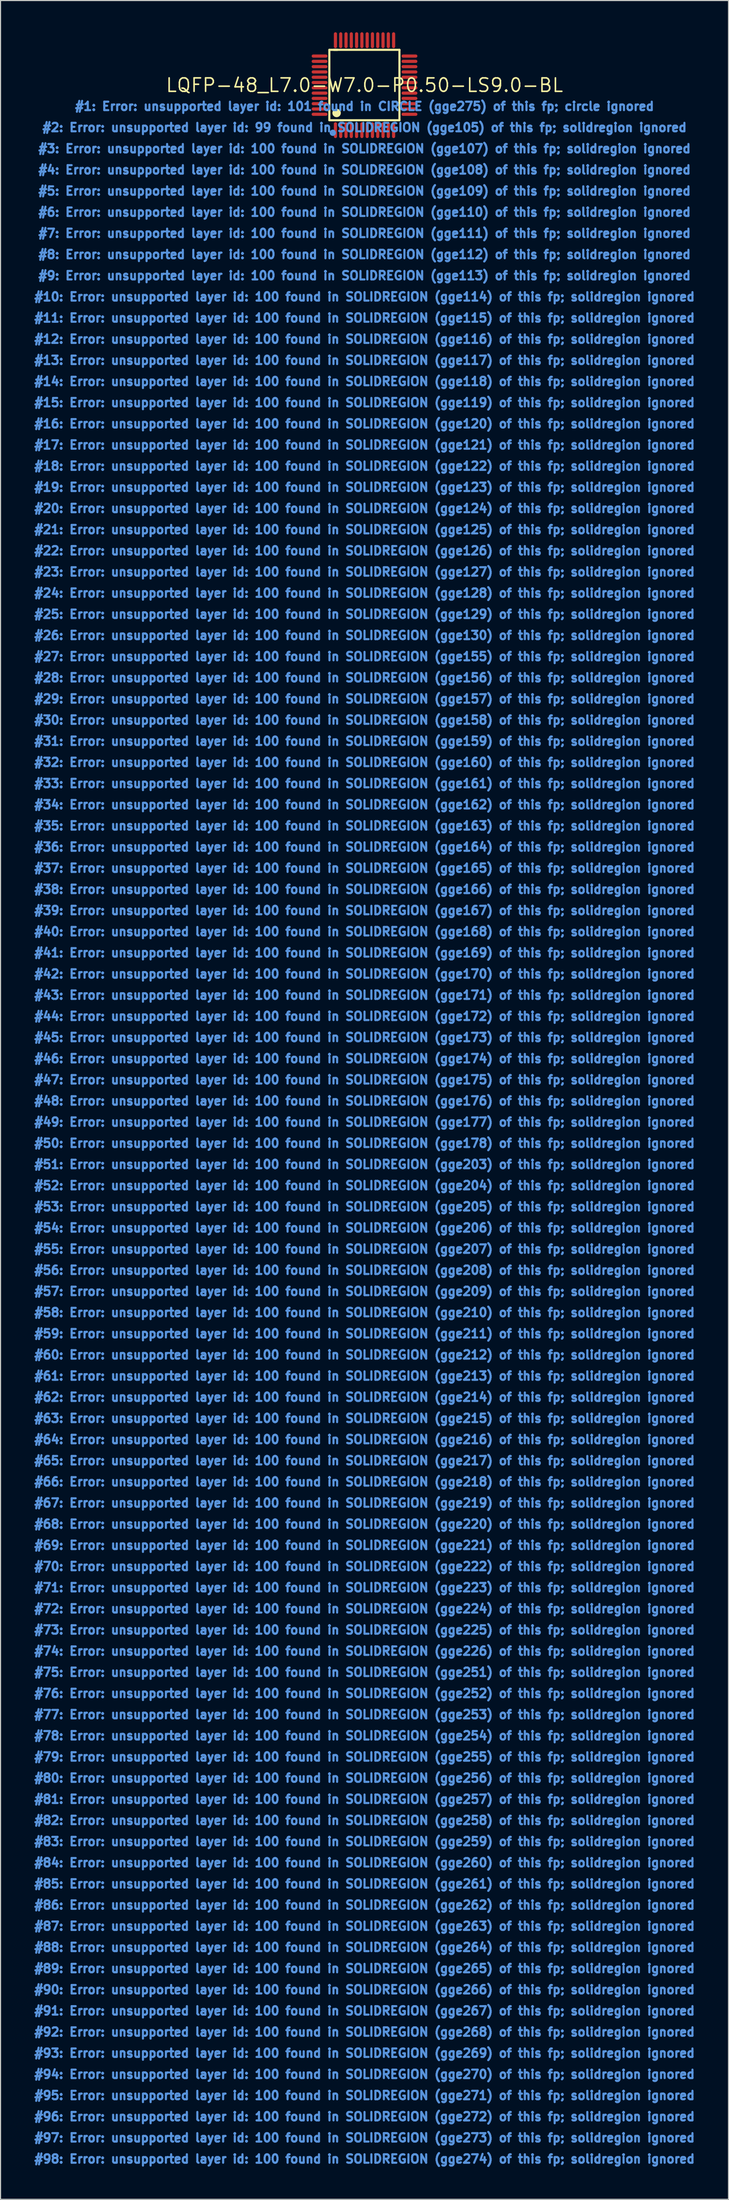
<source format=kicad_pcb>
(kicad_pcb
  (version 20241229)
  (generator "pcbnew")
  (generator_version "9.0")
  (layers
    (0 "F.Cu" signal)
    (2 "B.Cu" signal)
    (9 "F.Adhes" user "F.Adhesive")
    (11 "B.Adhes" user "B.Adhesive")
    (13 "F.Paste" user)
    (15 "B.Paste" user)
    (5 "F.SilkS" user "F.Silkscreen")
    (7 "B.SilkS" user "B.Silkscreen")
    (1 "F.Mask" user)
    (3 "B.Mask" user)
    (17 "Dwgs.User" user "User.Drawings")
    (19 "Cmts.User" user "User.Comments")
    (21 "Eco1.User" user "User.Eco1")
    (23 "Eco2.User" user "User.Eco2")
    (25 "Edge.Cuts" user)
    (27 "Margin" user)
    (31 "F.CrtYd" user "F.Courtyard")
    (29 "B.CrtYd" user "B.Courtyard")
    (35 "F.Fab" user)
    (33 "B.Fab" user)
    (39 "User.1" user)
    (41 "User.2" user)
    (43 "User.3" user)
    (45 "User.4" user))
  (footprint "LQFP-48_L7.0-W7.0-P0.50-LS9.0-BL"
    (layer "F.Cu")
    (at 31.42 5)
    (property "Reference" "LQFP-48_L7.0-W7.0-P0.50-LS9.0-BL" (at 0 0 0) (layer "F.SilkS") (effects (font (size 1.27 1.27) (thickness 0.15))))
    (attr smd)
    (fp_line (start -3.327 -3.34) (end -2.565 -3.34) (stroke (width 0.2) (type solid)) (layer "F.SilkS"))
    (fp_line (start -3.327 3.315) (end -3.327 -3.34) (stroke (width 0.2) (type solid)) (layer "F.SilkS"))
    (fp_line (start -2.896 -3.34) (end 3.302 -3.34) (stroke (width 0.2) (type solid)) (layer "F.SilkS"))
    (fp_line (start 3.302 -3.34) (end 3.302 3.315) (stroke (width 0.2) (type solid)) (layer "F.SilkS"))
    (fp_line (start 3.302 3.315) (end -3.327 3.315) (stroke (width 0.2) (type solid)) (layer "F.SilkS"))
    (fp_arc (start -2.639 2.426) (mid -2.639729 2.826002) (end -2.641541 2.426003) (stroke (width 0.4) (type solid)) (layer "F.SilkS"))
    (fp_circle (center -3 4.5) (end -2.85 4.5) (stroke (width 0.3) (type solid)) (fill no) (layer "Cmts.User"))
    (fp_text user "#54: Error: unsupported layer id: 100 found in SOLIDREGION (gge206) of this fp; solidregion ignored" (at 0 108 0) (layer "Cmts.User") (effects (font (size 0.8 0.8) (thickness 0.2))))
    (fp_text user "#96: Error: unsupported layer id: 100 found in SOLIDREGION (gge272) of this fp; solidregion ignored" (at 0 192 0) (layer "Cmts.User") (effects (font (size 0.8 0.8) (thickness 0.2))))
    (fp_text user "#50: Error: unsupported layer id: 100 found in SOLIDREGION (gge178) of this fp; solidregion ignored" (at 0 100 0) (layer "Cmts.User") (effects (font (size 0.8 0.8) (thickness 0.2))))
    (fp_text user "#34: Error: unsupported layer id: 100 found in SOLIDREGION (gge162) of this fp; solidregion ignored" (at 0 68 0) (layer "Cmts.User") (effects (font (size 0.8 0.8) (thickness 0.2))))
    (fp_text user "#83: Error: unsupported layer id: 100 found in SOLIDREGION (gge259) of this fp; solidregion ignored" (at 0 166 0) (layer "Cmts.User") (effects (font (size 0.8 0.8) (thickness 0.2))))
    (fp_text user "#33: Error: unsupported layer id: 100 found in SOLIDREGION (gge161) of this fp; solidregion ignored" (at 0 66 0) (layer "Cmts.User") (effects (font (size 0.8 0.8) (thickness 0.2))))
    (fp_text user "#32: Error: unsupported layer id: 100 found in SOLIDREGION (gge160) of this fp; solidregion ignored" (at 0 64 0) (layer "Cmts.User") (effects (font (size 0.8 0.8) (thickness 0.2))))
    (fp_text user "#10: Error: unsupported layer id: 100 found in SOLIDREGION (gge114) of this fp; solidregion ignored" (at 0 20 0) (layer "Cmts.User") (effects (font (size 0.8 0.8) (thickness 0.2))))
    (fp_text user "#37: Error: unsupported layer id: 100 found in SOLIDREGION (gge165) of this fp; solidregion ignored" (at 0 74 0) (layer "Cmts.User") (effects (font (size 0.8 0.8) (thickness 0.2))))
    (fp_text user "#8: Error: unsupported layer id: 100 found in SOLIDREGION (gge112) of this fp; solidregion ignored" (at 0 16 0) (layer "Cmts.User") (effects (font (size 0.8 0.8) (thickness 0.2))))
    (fp_text user "#7: Error: unsupported layer id: 100 found in SOLIDREGION (gge111) of this fp; solidregion ignored" (at 0 14 0) (layer "Cmts.User") (effects (font (size 0.8 0.8) (thickness 0.2))))
    (fp_text user "#66: Error: unsupported layer id: 100 found in SOLIDREGION (gge218) of this fp; solidregion ignored" (at 0 132 0) (layer "Cmts.User") (effects (font (size 0.8 0.8) (thickness 0.2))))
    (fp_text user "#84: Error: unsupported layer id: 100 found in SOLIDREGION (gge260) of this fp; solidregion ignored" (at 0 168 0) (layer "Cmts.User") (effects (font (size 0.8 0.8) (thickness 0.2))))
    (fp_text user "#59: Error: unsupported layer id: 100 found in SOLIDREGION (gge211) of this fp; solidregion ignored" (at 0 118 0) (layer "Cmts.User") (effects (font (size 0.8 0.8) (thickness 0.2))))
    (fp_text user "#18: Error: unsupported layer id: 100 found in SOLIDREGION (gge122) of this fp; solidregion ignored" (at 0 36 0) (layer "Cmts.User") (effects (font (size 0.8 0.8) (thickness 0.2))))
    (fp_text user "#23: Error: unsupported layer id: 100 found in SOLIDREGION (gge127) of this fp; solidregion ignored" (at 0 46 0) (layer "Cmts.User") (effects (font (size 0.8 0.8) (thickness 0.2))))
    (fp_text user "#44: Error: unsupported layer id: 100 found in SOLIDREGION (gge172) of this fp; solidregion ignored" (at 0 88 0) (layer "Cmts.User") (effects (font (size 0.8 0.8) (thickness 0.2))))
    (fp_text user "#46: Error: unsupported layer id: 100 found in SOLIDREGION (gge174) of this fp; solidregion ignored" (at 0 92 0) (layer "Cmts.User") (effects (font (size 0.8 0.8) (thickness 0.2))))
    (fp_text user "#67: Error: unsupported layer id: 100 found in SOLIDREGION (gge219) of this fp; solidregion ignored" (at 0 134 0) (layer "Cmts.User") (effects (font (size 0.8 0.8) (thickness 0.2))))
    (fp_text user "#24: Error: unsupported layer id: 100 found in SOLIDREGION (gge128) of this fp; solidregion ignored" (at 0 48 0) (layer "Cmts.User") (effects (font (size 0.8 0.8) (thickness 0.2))))
    (fp_text user "#51: Error: unsupported layer id: 100 found in SOLIDREGION (gge203) of this fp; solidregion ignored" (at 0 102 0) (layer "Cmts.User") (effects (font (size 0.8 0.8) (thickness 0.2))))
    (fp_text user "#17: Error: unsupported layer id: 100 found in SOLIDREGION (gge121) of this fp; solidregion ignored" (at 0 34 0) (layer "Cmts.User") (effects (font (size 0.8 0.8) (thickness 0.2))))
    (fp_text user "#62: Error: unsupported layer id: 100 found in SOLIDREGION (gge214) of this fp; solidregion ignored" (at 0 124 0) (layer "Cmts.User") (effects (font (size 0.8 0.8) (thickness 0.2))))
    (fp_text user "#82: Error: unsupported layer id: 100 found in SOLIDREGION (gge258) of this fp; solidregion ignored" (at 0 164 0) (layer "Cmts.User") (effects (font (size 0.8 0.8) (thickness 0.2))))
    (fp_text user "#26: Error: unsupported layer id: 100 found in SOLIDREGION (gge130) of this fp; solidregion ignored" (at 0 52 0) (layer "Cmts.User") (effects (font (size 0.8 0.8) (thickness 0.2))))
    (fp_text user "#48: Error: unsupported layer id: 100 found in SOLIDREGION (gge176) of this fp; solidregion ignored" (at 0 96 0) (layer "Cmts.User") (effects (font (size 0.8 0.8) (thickness 0.2))))
    (fp_text user "#76: Error: unsupported layer id: 100 found in SOLIDREGION (gge252) of this fp; solidregion ignored" (at 0 152 0) (layer "Cmts.User") (effects (font (size 0.8 0.8) (thickness 0.2))))
    (fp_text user "#21: Error: unsupported layer id: 100 found in SOLIDREGION (gge125) of this fp; solidregion ignored" (at 0 42 0) (layer "Cmts.User") (effects (font (size 0.8 0.8) (thickness 0.2))))
    (fp_text user "#27: Error: unsupported layer id: 100 found in SOLIDREGION (gge155) of this fp; solidregion ignored" (at 0 54 0) (layer "Cmts.User") (effects (font (size 0.8 0.8) (thickness 0.2))))
    (fp_text user "#65: Error: unsupported layer id: 100 found in SOLIDREGION (gge217) of this fp; solidregion ignored" (at 0 130 0) (layer "Cmts.User") (effects (font (size 0.8 0.8) (thickness 0.2))))
    (fp_text user "#42: Error: unsupported layer id: 100 found in SOLIDREGION (gge170) of this fp; solidregion ignored" (at 0 84 0) (layer "Cmts.User") (effects (font (size 0.8 0.8) (thickness 0.2))))
    (fp_text user "#80: Error: unsupported layer id: 100 found in SOLIDREGION (gge256) of this fp; solidregion ignored" (at 0 160 0) (layer "Cmts.User") (effects (font (size 0.8 0.8) (thickness 0.2))))
    (fp_text user "#1: Error: unsupported layer id: 101 found in CIRCLE (gge275) of this fp; circle ignored" (at 0 2 0) (layer "Cmts.User") (effects (font (size 0.8 0.8) (thickness 0.2))))
    (fp_text user "#19: Error: unsupported layer id: 100 found in SOLIDREGION (gge123) of this fp; solidregion ignored" (at 0 38 0) (layer "Cmts.User") (effects (font (size 0.8 0.8) (thickness 0.2))))
    (fp_text user "#60: Error: unsupported layer id: 100 found in SOLIDREGION (gge212) of this fp; solidregion ignored" (at 0 120 0) (layer "Cmts.User") (effects (font (size 0.8 0.8) (thickness 0.2))))
    (fp_text user "#64: Error: unsupported layer id: 100 found in SOLIDREGION (gge216) of this fp; solidregion ignored" (at 0 128 0) (layer "Cmts.User") (effects (font (size 0.8 0.8) (thickness 0.2))))
    (fp_text user "#9: Error: unsupported layer id: 100 found in SOLIDREGION (gge113) of this fp; solidregion ignored" (at 0 18 0) (layer "Cmts.User") (effects (font (size 0.8 0.8) (thickness 0.2))))
    (fp_text user "#28: Error: unsupported layer id: 100 found in SOLIDREGION (gge156) of this fp; solidregion ignored" (at 0 56 0) (layer "Cmts.User") (effects (font (size 0.8 0.8) (thickness 0.2))))
    (fp_text user "#16: Error: unsupported layer id: 100 found in SOLIDREGION (gge120) of this fp; solidregion ignored" (at 0 32 0) (layer "Cmts.User") (effects (font (size 0.8 0.8) (thickness 0.2))))
    (fp_text user "#55: Error: unsupported layer id: 100 found in SOLIDREGION (gge207) of this fp; solidregion ignored" (at 0 110 0) (layer "Cmts.User") (effects (font (size 0.8 0.8) (thickness 0.2))))
    (fp_text user "#15: Error: unsupported layer id: 100 found in SOLIDREGION (gge119) of this fp; solidregion ignored" (at 0 30 0) (layer "Cmts.User") (effects (font (size 0.8 0.8) (thickness 0.2))))
    (fp_text user "#45: Error: unsupported layer id: 100 found in SOLIDREGION (gge173) of this fp; solidregion ignored" (at 0 90 0) (layer "Cmts.User") (effects (font (size 0.8 0.8) (thickness 0.2))))
    (fp_text user "#89: Error: unsupported layer id: 100 found in SOLIDREGION (gge265) of this fp; solidregion ignored" (at 0 178 0) (layer "Cmts.User") (effects (font (size 0.8 0.8) (thickness 0.2))))
    (fp_text user "#49: Error: unsupported layer id: 100 found in SOLIDREGION (gge177) of this fp; solidregion ignored" (at 0 98 0) (layer "Cmts.User") (effects (font (size 0.8 0.8) (thickness 0.2))))
    (fp_text user "#14: Error: unsupported layer id: 100 found in SOLIDREGION (gge118) of this fp; solidregion ignored" (at 0 28 0) (layer "Cmts.User") (effects (font (size 0.8 0.8) (thickness 0.2))))
    (fp_text user "#92: Error: unsupported layer id: 100 found in SOLIDREGION (gge268) of this fp; solidregion ignored" (at 0 184 0) (layer "Cmts.User") (effects (font (size 0.8 0.8) (thickness 0.2))))
    (fp_text user "#78: Error: unsupported layer id: 100 found in SOLIDREGION (gge254) of this fp; solidregion ignored" (at 0 156 0) (layer "Cmts.User") (effects (font (size 0.8 0.8) (thickness 0.2))))
    (fp_text user "#12: Error: unsupported layer id: 100 found in SOLIDREGION (gge116) of this fp; solidregion ignored" (at 0 24 0) (layer "Cmts.User") (effects (font (size 0.8 0.8) (thickness 0.2))))
    (fp_text user "#22: Error: unsupported layer id: 100 found in SOLIDREGION (gge126) of this fp; solidregion ignored" (at 0 44 0) (layer "Cmts.User") (effects (font (size 0.8 0.8) (thickness 0.2))))
    (fp_text user "#52: Error: unsupported layer id: 100 found in SOLIDREGION (gge204) of this fp; solidregion ignored" (at 0 104 0) (layer "Cmts.User") (effects (font (size 0.8 0.8) (thickness 0.2))))
    (fp_text user "#4: Error: unsupported layer id: 100 found in SOLIDREGION (gge108) of this fp; solidregion ignored" (at 0 8 0) (layer "Cmts.User") (effects (font (size 0.8 0.8) (thickness 0.2))))
    (fp_text user "#58: Error: unsupported layer id: 100 found in SOLIDREGION (gge210) of this fp; solidregion ignored" (at 0 116 0) (layer "Cmts.User") (effects (font (size 0.8 0.8) (thickness 0.2))))
    (fp_text user "#95: Error: unsupported layer id: 100 found in SOLIDREGION (gge271) of this fp; solidregion ignored" (at 0 190 0) (layer "Cmts.User") (effects (font (size 0.8 0.8) (thickness 0.2))))
    (fp_text user "#2: Error: unsupported layer id: 99 found in SOLIDREGION (gge105) of this fp; solidregion ignored" (at 0 4 0) (layer "Cmts.User") (effects (font (size 0.8 0.8) (thickness 0.2))))
    (fp_text user "#81: Error: unsupported layer id: 100 found in SOLIDREGION (gge257) of this fp; solidregion ignored" (at 0 162 0) (layer "Cmts.User") (effects (font (size 0.8 0.8) (thickness 0.2))))
    (fp_text user "#29: Error: unsupported layer id: 100 found in SOLIDREGION (gge157) of this fp; solidregion ignored" (at 0 58 0) (layer "Cmts.User") (effects (font (size 0.8 0.8) (thickness 0.2))))
    (fp_text user "#71: Error: unsupported layer id: 100 found in SOLIDREGION (gge223) of this fp; solidregion ignored" (at 0 142 0) (layer "Cmts.User") (effects (font (size 0.8 0.8) (thickness 0.2))))
    (fp_text user "#5: Error: unsupported layer id: 100 found in SOLIDREGION (gge109) of this fp; solidregion ignored" (at 0 10 0) (layer "Cmts.User") (effects (font (size 0.8 0.8) (thickness 0.2))))
    (fp_text user "#93: Error: unsupported layer id: 100 found in SOLIDREGION (gge269) of this fp; solidregion ignored" (at 0 186 0) (layer "Cmts.User") (effects (font (size 0.8 0.8) (thickness 0.2))))
    (fp_text user "#70: Error: unsupported layer id: 100 found in SOLIDREGION (gge222) of this fp; solidregion ignored" (at 0 140 0) (layer "Cmts.User") (effects (font (size 0.8 0.8) (thickness 0.2))))
    (fp_text user "#56: Error: unsupported layer id: 100 found in SOLIDREGION (gge208) of this fp; solidregion ignored" (at 0 112 0) (layer "Cmts.User") (effects (font (size 0.8 0.8) (thickness 0.2))))
    (fp_text user "#69: Error: unsupported layer id: 100 found in SOLIDREGION (gge221) of this fp; solidregion ignored" (at 0 138 0) (layer "Cmts.User") (effects (font (size 0.8 0.8) (thickness 0.2))))
    (fp_text user "#72: Error: unsupported layer id: 100 found in SOLIDREGION (gge224) of this fp; solidregion ignored" (at 0 144 0) (layer "Cmts.User") (effects (font (size 0.8 0.8) (thickness 0.2))))
    (fp_text user "#73: Error: unsupported layer id: 100 found in SOLIDREGION (gge225) of this fp; solidregion ignored" (at 0 146 0) (layer "Cmts.User") (effects (font (size 0.8 0.8) (thickness 0.2))))
    (fp_text user "#40: Error: unsupported layer id: 100 found in SOLIDREGION (gge168) of this fp; solidregion ignored" (at 0 80 0) (layer "Cmts.User") (effects (font (size 0.8 0.8) (thickness 0.2))))
    (fp_text user "#77: Error: unsupported layer id: 100 found in SOLIDREGION (gge253) of this fp; solidregion ignored" (at 0 154 0) (layer "Cmts.User") (effects (font (size 0.8 0.8) (thickness 0.2))))
    (fp_text user "#61: Error: unsupported layer id: 100 found in SOLIDREGION (gge213) of this fp; solidregion ignored" (at 0 122 0) (layer "Cmts.User") (effects (font (size 0.8 0.8) (thickness 0.2))))
    (fp_text user "#43: Error: unsupported layer id: 100 found in SOLIDREGION (gge171) of this fp; solidregion ignored" (at 0 86 0) (layer "Cmts.User") (effects (font (size 0.8 0.8) (thickness 0.2))))
    (fp_text user "#36: Error: unsupported layer id: 100 found in SOLIDREGION (gge164) of this fp; solidregion ignored" (at 0 72 0) (layer "Cmts.User") (effects (font (size 0.8 0.8) (thickness 0.2))))
    (fp_text user "#13: Error: unsupported layer id: 100 found in SOLIDREGION (gge117) of this fp; solidregion ignored" (at 0 26 0) (layer "Cmts.User") (effects (font (size 0.8 0.8) (thickness 0.2))))
    (fp_text user "#97: Error: unsupported layer id: 100 found in SOLIDREGION (gge273) of this fp; solidregion ignored" (at 0 194 0) (layer "Cmts.User") (effects (font (size 0.8 0.8) (thickness 0.2))))
    (fp_text user "#79: Error: unsupported layer id: 100 found in SOLIDREGION (gge255) of this fp; solidregion ignored" (at 0 158 0) (layer "Cmts.User") (effects (font (size 0.8 0.8) (thickness 0.2))))
    (fp_text user "#6: Error: unsupported layer id: 100 found in SOLIDREGION (gge110) of this fp; solidregion ignored" (at 0 12 0) (layer "Cmts.User") (effects (font (size 0.8 0.8) (thickness 0.2))))
    (fp_text user "#57: Error: unsupported layer id: 100 found in SOLIDREGION (gge209) of this fp; solidregion ignored" (at 0 114 0) (layer "Cmts.User") (effects (font (size 0.8 0.8) (thickness 0.2))))
    (fp_text user "#47: Error: unsupported layer id: 100 found in SOLIDREGION (gge175) of this fp; solidregion ignored" (at 0 94 0) (layer "Cmts.User") (effects (font (size 0.8 0.8) (thickness 0.2))))
    (fp_text user "#3: Error: unsupported layer id: 100 found in SOLIDREGION (gge107) of this fp; solidregion ignored" (at 0 6 0) (layer "Cmts.User") (effects (font (size 0.8 0.8) (thickness 0.2))))
    (fp_text user "#11: Error: unsupported layer id: 100 found in SOLIDREGION (gge115) of this fp; solidregion ignored" (at 0 22 0) (layer "Cmts.User") (effects (font (size 0.8 0.8) (thickness 0.2))))
    (fp_text user "#87: Error: unsupported layer id: 100 found in SOLIDREGION (gge263) of this fp; solidregion ignored" (at 0 174 0) (layer "Cmts.User") (effects (font (size 0.8 0.8) (thickness 0.2))))
    (fp_text user "#90: Error: unsupported layer id: 100 found in SOLIDREGION (gge266) of this fp; solidregion ignored" (at 0 180 0) (layer "Cmts.User") (effects (font (size 0.8 0.8) (thickness 0.2))))
    (fp_text user "#85: Error: unsupported layer id: 100 found in SOLIDREGION (gge261) of this fp; solidregion ignored" (at 0 170 0) (layer "Cmts.User") (effects (font (size 0.8 0.8) (thickness 0.2))))
    (fp_text user "#38: Error: unsupported layer id: 100 found in SOLIDREGION (gge166) of this fp; solidregion ignored" (at 0 76 0) (layer "Cmts.User") (effects (font (size 0.8 0.8) (thickness 0.2))))
    (fp_text user "#20: Error: unsupported layer id: 100 found in SOLIDREGION (gge124) of this fp; solidregion ignored" (at 0 40 0) (layer "Cmts.User") (effects (font (size 0.8 0.8) (thickness 0.2))))
    (fp_text user "#68: Error: unsupported layer id: 100 found in SOLIDREGION (gge220) of this fp; solidregion ignored" (at 0 136 0) (layer "Cmts.User") (effects (font (size 0.8 0.8) (thickness 0.2))))
    (fp_text user "#74: Error: unsupported layer id: 100 found in SOLIDREGION (gge226) of this fp; solidregion ignored" (at 0 148 0) (layer "Cmts.User") (effects (font (size 0.8 0.8) (thickness 0.2))))
    (fp_text user "#86: Error: unsupported layer id: 100 found in SOLIDREGION (gge262) of this fp; solidregion ignored" (at 0 172 0) (layer "Cmts.User") (effects (font (size 0.8 0.8) (thickness 0.2))))
    (fp_text user "#39: Error: unsupported layer id: 100 found in SOLIDREGION (gge167) of this fp; solidregion ignored" (at 0 78 0) (layer "Cmts.User") (effects (font (size 0.8 0.8) (thickness 0.2))))
    (fp_text user "#25: Error: unsupported layer id: 100 found in SOLIDREGION (gge129) of this fp; solidregion ignored" (at 0 50 0) (layer "Cmts.User") (effects (font (size 0.8 0.8) (thickness 0.2))))
    (fp_text user "#35: Error: unsupported layer id: 100 found in SOLIDREGION (gge163) of this fp; solidregion ignored" (at 0 70 0) (layer "Cmts.User") (effects (font (size 0.8 0.8) (thickness 0.2))))
    (fp_text user "#31: Error: unsupported layer id: 100 found in SOLIDREGION (gge159) of this fp; solidregion ignored" (at 0 62 0) (layer "Cmts.User") (effects (font (size 0.8 0.8) (thickness 0.2))))
    (fp_text user "#30: Error: unsupported layer id: 100 found in SOLIDREGION (gge158) of this fp; solidregion ignored" (at 0 60 0) (layer "Cmts.User") (effects (font (size 0.8 0.8) (thickness 0.2))))
    (fp_text user "#41: Error: unsupported layer id: 100 found in SOLIDREGION (gge169) of this fp; solidregion ignored" (at 0 82 0) (layer "Cmts.User") (effects (font (size 0.8 0.8) (thickness 0.2))))
    (fp_text user "#63: Error: unsupported layer id: 100 found in SOLIDREGION (gge215) of this fp; solidregion ignored" (at 0 126 0) (layer "Cmts.User") (effects (font (size 0.8 0.8) (thickness 0.2))))
    (fp_text user "#75: Error: unsupported layer id: 100 found in SOLIDREGION (gge251) of this fp; solidregion ignored" (at 0 150 0) (layer "Cmts.User") (effects (font (size 0.8 0.8) (thickness 0.2))))
    (fp_text user "#91: Error: unsupported layer id: 100 found in SOLIDREGION (gge267) of this fp; solidregion ignored" (at 0 182 0) (layer "Cmts.User") (effects (font (size 0.8 0.8) (thickness 0.2))))
    (fp_text user "#94: Error: unsupported layer id: 100 found in SOLIDREGION (gge270) of this fp; solidregion ignored" (at 0 188 0) (layer "Cmts.User") (effects (font (size 0.8 0.8) (thickness 0.2))))
    (fp_text user "#53: Error: unsupported layer id: 100 found in SOLIDREGION (gge205) of this fp; solidregion ignored" (at 0 106 0) (layer "Cmts.User") (effects (font (size 0.8 0.8) (thickness 0.2))))
    (fp_text user "#98: Error: unsupported layer id: 100 found in SOLIDREGION (gge274) of this fp; solidregion ignored" (at 0 196 0) (layer "Cmts.User") (effects (font (size 0.8 0.8) (thickness 0.2))))
    (fp_text user "#88: Error: unsupported layer id: 100 found in SOLIDREGION (gge264) of this fp; solidregion ignored" (at 0 176 0) (layer "Cmts.User") (effects (font (size 0.8 0.8) (thickness 0.2))))
    (pad "1" smd oval (at -2.75 4.25 180) (size 0.3 1.5) (layers "F.Cu" "F.Mask" "F.Paste"))
    (pad "2" smd oval (at -2.25 4.25 180) (size 0.3 1.5) (layers "F.Cu" "F.Mask" "F.Paste"))
    (pad "3" smd oval (at -1.75 4.25 180) (size 0.3 1.5) (layers "F.Cu" "F.Mask" "F.Paste"))
    (pad "4" smd oval (at -1.25 4.25 180) (size 0.3 1.5) (layers "F.Cu" "F.Mask" "F.Paste"))
    (pad "5" smd oval (at -0.75 4.25 180) (size 0.3 1.5) (layers "F.Cu" "F.Mask" "F.Paste"))
    (pad "6" smd oval (at -0.25 4.25 180) (size 0.3 1.5) (layers "F.Cu" "F.Mask" "F.Paste"))
    (pad "7" smd oval (at 0.25 4.25 180) (size 0.3 1.5) (layers "F.Cu" "F.Mask" "F.Paste"))
    (pad "8" smd oval (at 0.75 4.25 180) (size 0.3 1.5) (layers "F.Cu" "F.Mask" "F.Paste"))
    (pad "9" smd oval (at 1.25 4.25 180) (size 0.3 1.5) (layers "F.Cu" "F.Mask" "F.Paste"))
    (pad "10" smd oval (at 1.75 4.25 180) (size 0.3 1.5) (layers "F.Cu" "F.Mask" "F.Paste"))
    (pad "11" smd oval (at 2.25 4.25 180) (size 0.3 1.5) (layers "F.Cu" "F.Mask" "F.Paste"))
    (pad "12" smd oval (at 2.75 4.25 180) (size 0.3 1.5) (layers "F.Cu" "F.Mask" "F.Paste"))
    (pad "13" smd oval (at 4.25 2.75 90) (size 0.3 1.5) (layers "F.Cu" "F.Mask" "F.Paste"))
    (pad "14" smd oval (at 4.25 2.25 90) (size 0.3 1.5) (layers "F.Cu" "F.Mask" "F.Paste"))
    (pad "15" smd oval (at 4.25 1.75 90) (size 0.3 1.5) (layers "F.Cu" "F.Mask" "F.Paste"))
    (pad "16" smd oval (at 4.25 1.25 90) (size 0.3 1.5) (layers "F.Cu" "F.Mask" "F.Paste"))
    (pad "17" smd oval (at 4.25 0.75 90) (size 0.3 1.5) (layers "F.Cu" "F.Mask" "F.Paste"))
    (pad "18" smd oval (at 4.25 0.25 90) (size 0.3 1.5) (layers "F.Cu" "F.Mask" "F.Paste"))
    (pad "19" smd oval (at 4.25 -0.25 90) (size 0.3 1.5) (layers "F.Cu" "F.Mask" "F.Paste"))
    (pad "20" smd oval (at 4.25 -0.75 90) (size 0.3 1.5) (layers "F.Cu" "F.Mask" "F.Paste"))
    (pad "21" smd oval (at 4.25 -1.25 90) (size 0.3 1.5) (layers "F.Cu" "F.Mask" "F.Paste"))
    (pad "22" smd oval (at 4.25 -1.75 90) (size 0.3 1.5) (layers "F.Cu" "F.Mask" "F.Paste"))
    (pad "23" smd oval (at 4.25 -2.25 90) (size 0.3 1.5) (layers "F.Cu" "F.Mask" "F.Paste"))
    (pad "24" smd oval (at 4.25 -2.75 90) (size 0.3 1.5) (layers "F.Cu" "F.Mask" "F.Paste"))
    (pad "25" smd oval (at 2.75 -4.25 180) (size 0.3 1.5) (layers "F.Cu" "F.Mask" "F.Paste"))
    (pad "26" smd oval (at 2.25 -4.25 180) (size 0.3 1.5) (layers "F.Cu" "F.Mask" "F.Paste"))
    (pad "27" smd oval (at 1.75 -4.25 180) (size 0.3 1.5) (layers "F.Cu" "F.Mask" "F.Paste"))
    (pad "28" smd oval (at 1.25 -4.25 180) (size 0.3 1.5) (layers "F.Cu" "F.Mask" "F.Paste"))
    (pad "29" smd oval (at 0.75 -4.25 180) (size 0.3 1.5) (layers "F.Cu" "F.Mask" "F.Paste"))
    (pad "30" smd oval (at 0.25 -4.25 180) (size 0.3 1.5) (layers "F.Cu" "F.Mask" "F.Paste"))
    (pad "31" smd oval (at -0.25 -4.25 180) (size 0.3 1.5) (layers "F.Cu" "F.Mask" "F.Paste"))
    (pad "32" smd oval (at -0.75 -4.25 180) (size 0.3 1.5) (layers "F.Cu" "F.Mask" "F.Paste"))
    (pad "33" smd oval (at -1.25 -4.25 180) (size 0.3 1.5) (layers "F.Cu" "F.Mask" "F.Paste"))
    (pad "34" smd oval (at -1.75 -4.25 180) (size 0.3 1.5) (layers "F.Cu" "F.Mask" "F.Paste"))
    (pad "35" smd oval (at -2.25 -4.25 180) (size 0.3 1.5) (layers "F.Cu" "F.Mask" "F.Paste"))
    (pad "36" smd oval (at -2.75 -4.25 180) (size 0.3 1.5) (layers "F.Cu" "F.Mask" "F.Paste"))
    (pad "37" smd oval (at -4.25 -2.75 90) (size 0.3 1.5) (layers "F.Cu" "F.Mask" "F.Paste"))
    (pad "38" smd oval (at -4.25 -2.25 90) (size 0.3 1.5) (layers "F.Cu" "F.Mask" "F.Paste"))
    (pad "39" smd oval (at -4.25 -1.75 90) (size 0.3 1.5) (layers "F.Cu" "F.Mask" "F.Paste"))
    (pad "40" smd oval (at -4.25 -1.25 90) (size 0.3 1.5) (layers "F.Cu" "F.Mask" "F.Paste"))
    (pad "41" smd oval (at -4.25 -0.75 90) (size 0.3 1.5) (layers "F.Cu" "F.Mask" "F.Paste"))
    (pad "42" smd oval (at -4.25 -0.25 90) (size 0.3 1.5) (layers "F.Cu" "F.Mask" "F.Paste"))
    (pad "43" smd oval (at -4.25 0.25 90) (size 0.3 1.5) (layers "F.Cu" "F.Mask" "F.Paste"))
    (pad "44" smd oval (at -4.25 0.75 90) (size 0.3 1.5) (layers "F.Cu" "F.Mask" "F.Paste"))
    (pad "45" smd oval (at -4.25 1.25 90) (size 0.3 1.5) (layers "F.Cu" "F.Mask" "F.Paste"))
    (pad "46" smd oval (at -4.25 1.75 90) (size 0.3 1.5) (layers "F.Cu" "F.Mask" "F.Paste"))
    (pad "47" smd oval (at -4.25 2.25 90) (size 0.3 1.5) (layers "F.Cu" "F.Mask" "F.Paste"))
    (pad "48" smd oval (at -4.25 2.75 90) (size 0.3 1.5) (layers "F.Cu" "F.Mask" "F.Paste")))
  (gr_rect
    (start -3 -3)
    (end 65.84 204.819)
    (stroke (width 0.1) (type default))
    (fill no)
    (layer "Edge.Cuts")))
</source>
